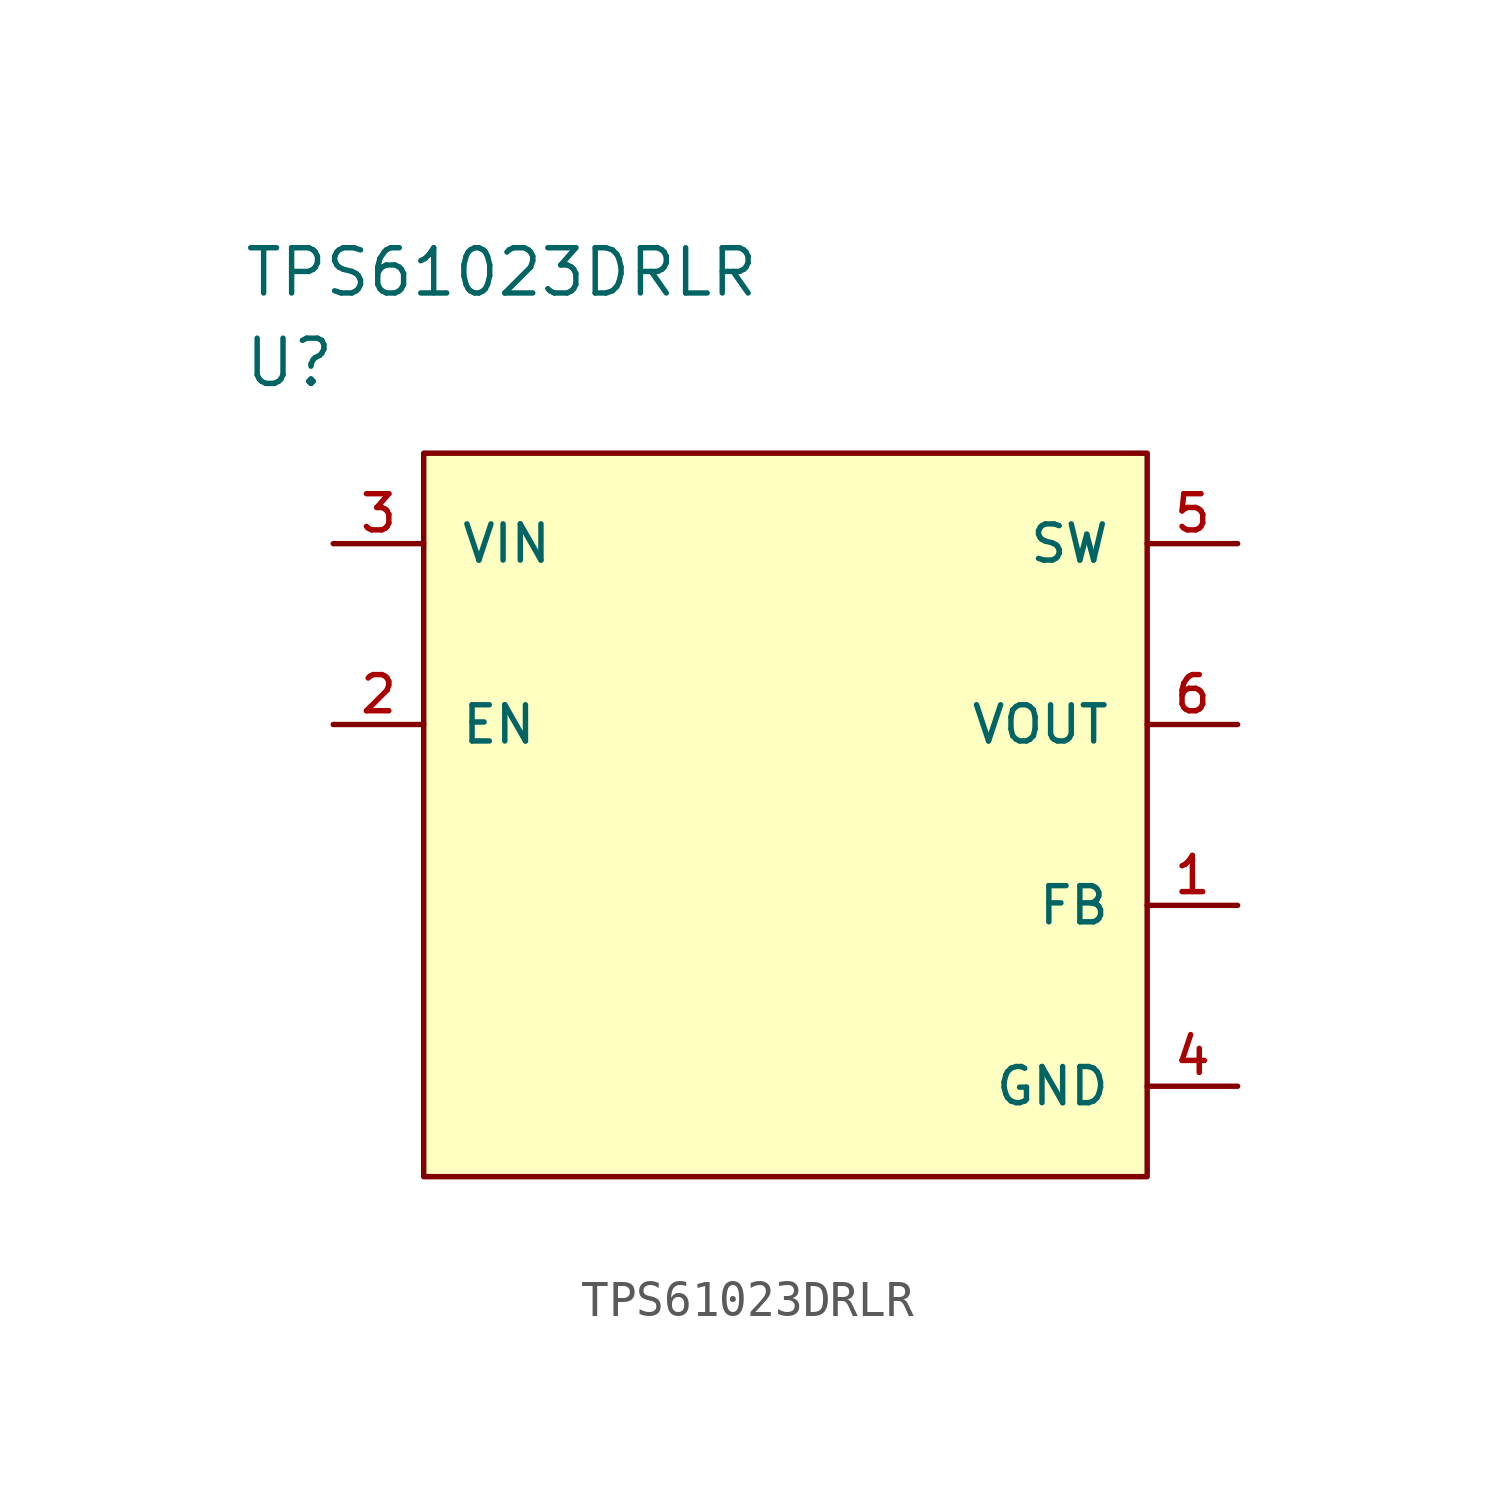
<source format=kicad_sym>
(kicad_symbol_lib
  (version 20211014)
  (generator kicad_symbol_editor)
  (symbol "TPS61023DRLR"
    (pin_names
      (offset 1.016))
    (property "Reference" "U"
      (at 0 5.08 0)
      (effects (font (size 1.27 1.27)) (justify left)))
    (property "Value" "TPS61023DRLR"
      (at 0 7.62 0)
      (effects (font (size 1.27 1.27)) (justify left)))
    (property "ki_locked" ""
      (at 0 0 0)
      (effects (font (size 1.27 1.27))))
    (symbol "TPS61023DRLR_1_1"
      (rectangle (start 5.08 2.54) (end 25.4 -17.78) (stroke (width 0) (type default) (color 0 0 0 0)) (fill (type background)))
      (pin passive line (at 27.94 -10.16 180) (length 2.54) (name "FB" (effects (font (size 1.016 1.016)))) (number "1" (effects (font (size 1.016 1.016)))))
      (pin input line (at 2.54 -5.08 0) (length 2.54) (name "EN" (effects (font (size 1.016 1.016)))) (number "2" (effects (font (size 1.016 1.016)))))
      (pin power_in line (at 2.54 0 0) (length 2.54) (name "VIN" (effects (font (size 1.016 1.016)))) (number "3" (effects (font (size 1.016 1.016)))))
      (pin power_in line (at 27.94 -15.24 180) (length 2.54) (name "GND" (effects (font (size 1.016 1.016)))) (number "4" (effects (font (size 1.016 1.016)))))
      (pin passive line (at 27.94 0 180) (length 2.54) (name "SW" (effects (font (size 1.016 1.016)))) (number "5" (effects (font (size 1.016 1.016)))))
      (pin power_in line (at 27.94 -5.08 180) (length 2.54) (name "VOUT" (effects (font (size 1.016 1.016)))) (number "6" (effects (font (size 1.016 1.016))))))))
</source>
